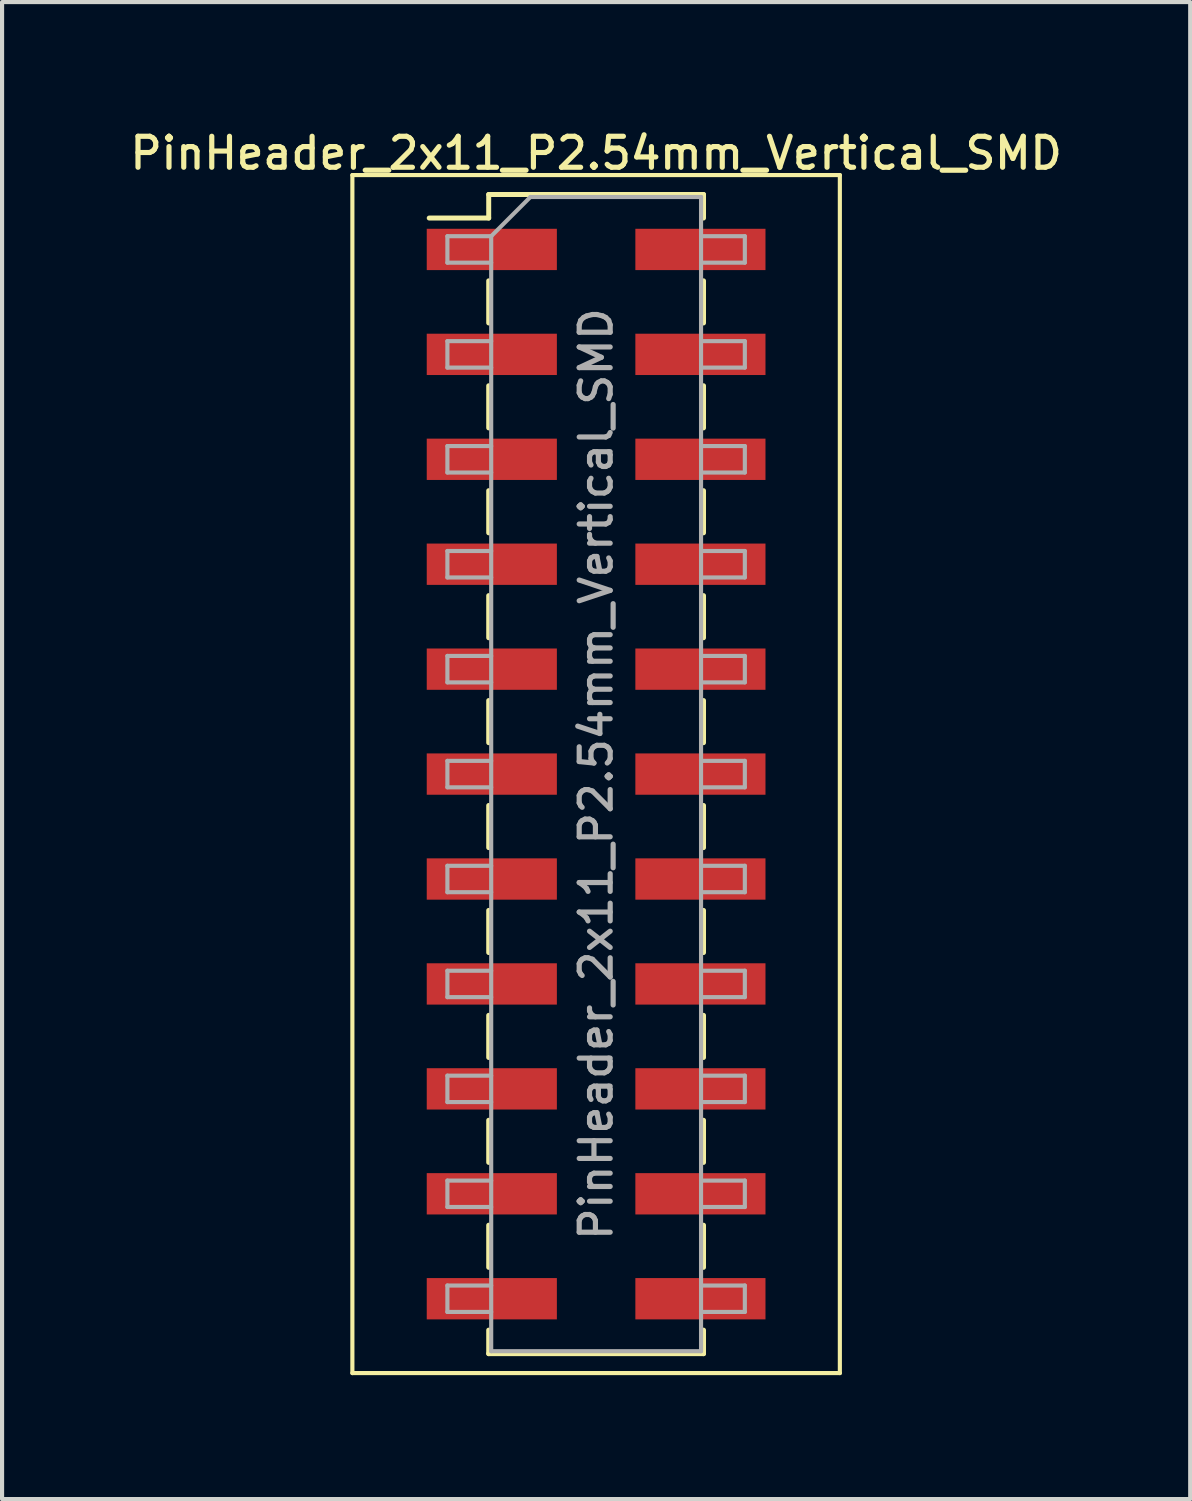
<source format=kicad_pcb>
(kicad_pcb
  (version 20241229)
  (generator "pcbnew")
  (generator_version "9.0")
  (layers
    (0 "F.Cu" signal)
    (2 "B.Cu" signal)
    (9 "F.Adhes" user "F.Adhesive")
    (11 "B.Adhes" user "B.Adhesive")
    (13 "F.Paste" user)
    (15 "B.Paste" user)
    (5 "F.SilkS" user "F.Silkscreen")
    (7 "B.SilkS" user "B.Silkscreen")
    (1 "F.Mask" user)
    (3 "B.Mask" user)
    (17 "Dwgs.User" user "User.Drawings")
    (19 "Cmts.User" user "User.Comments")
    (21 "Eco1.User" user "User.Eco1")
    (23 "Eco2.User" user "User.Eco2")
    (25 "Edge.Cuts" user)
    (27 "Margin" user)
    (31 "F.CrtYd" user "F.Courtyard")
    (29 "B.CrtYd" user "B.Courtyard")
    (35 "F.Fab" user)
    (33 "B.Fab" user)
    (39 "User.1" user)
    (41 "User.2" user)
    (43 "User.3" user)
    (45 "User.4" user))
  (footprint "PinHeader_2x11_P2.54mm_Vertical_SMD"
    (layer "F.Cu")
    (at 11.38 15.688)
    (property "Reference" "PinHeader_2x11_P2.54mm_Vertical_SMD" (at 0 -15.03 0) (layer "F.SilkS") (effects (font (size 0.75 0.75) (thickness 0.125))))
    (attr smd)
    (fp_line (start -5.9 -14.5) (end -5.9 14.5) (stroke (width 0.1) (type solid)) (layer "F.SilkS"))
    (fp_line (start -5.9 14.5) (end 5.9 14.5) (stroke (width 0.1) (type solid)) (layer "F.SilkS"))
    (fp_line (start -4.04 -13.46) (end -2.6 -13.46) (stroke (width 0.12) (type solid)) (layer "F.SilkS"))
    (fp_line (start -2.6 -14.03) (end -2.6 -13.46) (stroke (width 0.12) (type solid)) (layer "F.SilkS"))
    (fp_line (start -2.6 -14.03) (end 2.6 -14.03) (stroke (width 0.12) (type solid)) (layer "F.SilkS"))
    (fp_line (start -2.6 -11.94) (end -2.6 -10.92) (stroke (width 0.12) (type solid)) (layer "F.SilkS"))
    (fp_line (start -2.6 -9.4) (end -2.6 -8.38) (stroke (width 0.12) (type solid)) (layer "F.SilkS"))
    (fp_line (start -2.6 -6.86) (end -2.6 -5.84) (stroke (width 0.12) (type solid)) (layer "F.SilkS"))
    (fp_line (start -2.6 -4.32) (end -2.6 -3.3) (stroke (width 0.12) (type solid)) (layer "F.SilkS"))
    (fp_line (start -2.6 -1.78) (end -2.6 -0.76) (stroke (width 0.12) (type solid)) (layer "F.SilkS"))
    (fp_line (start -2.6 0.76) (end -2.6 1.78) (stroke (width 0.12) (type solid)) (layer "F.SilkS"))
    (fp_line (start -2.6 3.3) (end -2.6 4.32) (stroke (width 0.12) (type solid)) (layer "F.SilkS"))
    (fp_line (start -2.6 5.84) (end -2.6 6.86) (stroke (width 0.12) (type solid)) (layer "F.SilkS"))
    (fp_line (start -2.6 8.38) (end -2.6 9.4) (stroke (width 0.12) (type solid)) (layer "F.SilkS"))
    (fp_line (start -2.6 10.92) (end -2.6 11.94) (stroke (width 0.12) (type solid)) (layer "F.SilkS"))
    (fp_line (start -2.6 13.46) (end -2.6 14.03) (stroke (width 0.12) (type solid)) (layer "F.SilkS"))
    (fp_line (start -2.6 14.03) (end 2.6 14.03) (stroke (width 0.12) (type solid)) (layer "F.SilkS"))
    (fp_line (start 2.6 -14.03) (end 2.6 -13.46) (stroke (width 0.12) (type solid)) (layer "F.SilkS"))
    (fp_line (start 2.6 -11.94) (end 2.6 -10.92) (stroke (width 0.12) (type solid)) (layer "F.SilkS"))
    (fp_line (start 2.6 -9.4) (end 2.6 -8.38) (stroke (width 0.12) (type solid)) (layer "F.SilkS"))
    (fp_line (start 2.6 -6.86) (end 2.6 -5.84) (stroke (width 0.12) (type solid)) (layer "F.SilkS"))
    (fp_line (start 2.6 -4.32) (end 2.6 -3.3) (stroke (width 0.12) (type solid)) (layer "F.SilkS"))
    (fp_line (start 2.6 -1.78) (end 2.6 -0.76) (stroke (width 0.12) (type solid)) (layer "F.SilkS"))
    (fp_line (start 2.6 0.76) (end 2.6 1.78) (stroke (width 0.12) (type solid)) (layer "F.SilkS"))
    (fp_line (start 2.6 3.3) (end 2.6 4.32) (stroke (width 0.12) (type solid)) (layer "F.SilkS"))
    (fp_line (start 2.6 5.84) (end 2.6 6.86) (stroke (width 0.12) (type solid)) (layer "F.SilkS"))
    (fp_line (start 2.6 8.38) (end 2.6 9.4) (stroke (width 0.12) (type solid)) (layer "F.SilkS"))
    (fp_line (start 2.6 10.92) (end 2.6 11.94) (stroke (width 0.12) (type solid)) (layer "F.SilkS"))
    (fp_line (start 2.6 13.46) (end 2.6 14.03) (stroke (width 0.12) (type solid)) (layer "F.SilkS"))
    (fp_line (start 5.9 -14.5) (end -5.9 -14.5) (stroke (width 0.1) (type solid)) (layer "F.SilkS"))
    (fp_line (start 5.9 14.5) (end 5.9 -14.5) (stroke (width 0.1) (type solid)) (layer "F.SilkS"))
    (fp_line (start -3.6 -13.02) (end -3.6 -12.38) (stroke (width 0.1) (type solid)) (layer "F.Fab"))
    (fp_line (start -3.6 -12.38) (end -2.54 -12.38) (stroke (width 0.1) (type solid)) (layer "F.Fab"))
    (fp_line (start -3.6 -10.48) (end -3.6 -9.84) (stroke (width 0.1) (type solid)) (layer "F.Fab"))
    (fp_line (start -3.6 -9.84) (end -2.54 -9.84) (stroke (width 0.1) (type solid)) (layer "F.Fab"))
    (fp_line (start -3.6 -7.94) (end -3.6 -7.3) (stroke (width 0.1) (type solid)) (layer "F.Fab"))
    (fp_line (start -3.6 -7.3) (end -2.54 -7.3) (stroke (width 0.1) (type solid)) (layer "F.Fab"))
    (fp_line (start -3.6 -5.4) (end -3.6 -4.76) (stroke (width 0.1) (type solid)) (layer "F.Fab"))
    (fp_line (start -3.6 -4.76) (end -2.54 -4.76) (stroke (width 0.1) (type solid)) (layer "F.Fab"))
    (fp_line (start -3.6 -2.86) (end -3.6 -2.22) (stroke (width 0.1) (type solid)) (layer "F.Fab"))
    (fp_line (start -3.6 -2.22) (end -2.54 -2.22) (stroke (width 0.1) (type solid)) (layer "F.Fab"))
    (fp_line (start -3.6 -0.32) (end -3.6 0.32) (stroke (width 0.1) (type solid)) (layer "F.Fab"))
    (fp_line (start -3.6 0.32) (end -2.54 0.32) (stroke (width 0.1) (type solid)) (layer "F.Fab"))
    (fp_line (start -3.6 2.22) (end -3.6 2.86) (stroke (width 0.1) (type solid)) (layer "F.Fab"))
    (fp_line (start -3.6 2.86) (end -2.54 2.86) (stroke (width 0.1) (type solid)) (layer "F.Fab"))
    (fp_line (start -3.6 4.76) (end -3.6 5.4) (stroke (width 0.1) (type solid)) (layer "F.Fab"))
    (fp_line (start -3.6 5.4) (end -2.54 5.4) (stroke (width 0.1) (type solid)) (layer "F.Fab"))
    (fp_line (start -3.6 7.3) (end -3.6 7.94) (stroke (width 0.1) (type solid)) (layer "F.Fab"))
    (fp_line (start -3.6 7.94) (end -2.54 7.94) (stroke (width 0.1) (type solid)) (layer "F.Fab"))
    (fp_line (start -3.6 9.84) (end -3.6 10.48) (stroke (width 0.1) (type solid)) (layer "F.Fab"))
    (fp_line (start -3.6 10.48) (end -2.54 10.48) (stroke (width 0.1) (type solid)) (layer "F.Fab"))
    (fp_line (start -3.6 12.38) (end -3.6 13.02) (stroke (width 0.1) (type solid)) (layer "F.Fab"))
    (fp_line (start -3.6 13.02) (end -2.54 13.02) (stroke (width 0.1) (type solid)) (layer "F.Fab"))
    (fp_line (start -2.54 -13.02) (end -3.6 -13.02) (stroke (width 0.1) (type solid)) (layer "F.Fab"))
    (fp_line (start -2.54 -13.02) (end -1.59 -13.97) (stroke (width 0.1) (type solid)) (layer "F.Fab"))
    (fp_line (start -2.54 -10.48) (end -3.6 -10.48) (stroke (width 0.1) (type solid)) (layer "F.Fab"))
    (fp_line (start -2.54 -7.94) (end -3.6 -7.94) (stroke (width 0.1) (type solid)) (layer "F.Fab"))
    (fp_line (start -2.54 -5.4) (end -3.6 -5.4) (stroke (width 0.1) (type solid)) (layer "F.Fab"))
    (fp_line (start -2.54 -2.86) (end -3.6 -2.86) (stroke (width 0.1) (type solid)) (layer "F.Fab"))
    (fp_line (start -2.54 -0.32) (end -3.6 -0.32) (stroke (width 0.1) (type solid)) (layer "F.Fab"))
    (fp_line (start -2.54 2.22) (end -3.6 2.22) (stroke (width 0.1) (type solid)) (layer "F.Fab"))
    (fp_line (start -2.54 4.76) (end -3.6 4.76) (stroke (width 0.1) (type solid)) (layer "F.Fab"))
    (fp_line (start -2.54 7.3) (end -3.6 7.3) (stroke (width 0.1) (type solid)) (layer "F.Fab"))
    (fp_line (start -2.54 9.84) (end -3.6 9.84) (stroke (width 0.1) (type solid)) (layer "F.Fab"))
    (fp_line (start -2.54 12.38) (end -3.6 12.38) (stroke (width 0.1) (type solid)) (layer "F.Fab"))
    (fp_line (start -2.54 13.97) (end -2.54 -13.02) (stroke (width 0.1) (type solid)) (layer "F.Fab"))
    (fp_line (start -1.59 -13.97) (end 2.54 -13.97) (stroke (width 0.1) (type solid)) (layer "F.Fab"))
    (fp_line (start 2.54 -13.97) (end 2.54 13.97) (stroke (width 0.1) (type solid)) (layer "F.Fab"))
    (fp_line (start 2.54 -13.02) (end 3.6 -13.02) (stroke (width 0.1) (type solid)) (layer "F.Fab"))
    (fp_line (start 2.54 -10.48) (end 3.6 -10.48) (stroke (width 0.1) (type solid)) (layer "F.Fab"))
    (fp_line (start 2.54 -7.94) (end 3.6 -7.94) (stroke (width 0.1) (type solid)) (layer "F.Fab"))
    (fp_line (start 2.54 -5.4) (end 3.6 -5.4) (stroke (width 0.1) (type solid)) (layer "F.Fab"))
    (fp_line (start 2.54 -2.86) (end 3.6 -2.86) (stroke (width 0.1) (type solid)) (layer "F.Fab"))
    (fp_line (start 2.54 -0.32) (end 3.6 -0.32) (stroke (width 0.1) (type solid)) (layer "F.Fab"))
    (fp_line (start 2.54 2.22) (end 3.6 2.22) (stroke (width 0.1) (type solid)) (layer "F.Fab"))
    (fp_line (start 2.54 4.76) (end 3.6 4.76) (stroke (width 0.1) (type solid)) (layer "F.Fab"))
    (fp_line (start 2.54 7.3) (end 3.6 7.3) (stroke (width 0.1) (type solid)) (layer "F.Fab"))
    (fp_line (start 2.54 9.84) (end 3.6 9.84) (stroke (width 0.1) (type solid)) (layer "F.Fab"))
    (fp_line (start 2.54 12.38) (end 3.6 12.38) (stroke (width 0.1) (type solid)) (layer "F.Fab"))
    (fp_line (start 2.54 13.97) (end -2.54 13.97) (stroke (width 0.1) (type solid)) (layer "F.Fab"))
    (fp_line (start 3.6 -13.02) (end 3.6 -12.38) (stroke (width 0.1) (type solid)) (layer "F.Fab"))
    (fp_line (start 3.6 -12.38) (end 2.54 -12.38) (stroke (width 0.1) (type solid)) (layer "F.Fab"))
    (fp_line (start 3.6 -10.48) (end 3.6 -9.84) (stroke (width 0.1) (type solid)) (layer "F.Fab"))
    (fp_line (start 3.6 -9.84) (end 2.54 -9.84) (stroke (width 0.1) (type solid)) (layer "F.Fab"))
    (fp_line (start 3.6 -7.94) (end 3.6 -7.3) (stroke (width 0.1) (type solid)) (layer "F.Fab"))
    (fp_line (start 3.6 -7.3) (end 2.54 -7.3) (stroke (width 0.1) (type solid)) (layer "F.Fab"))
    (fp_line (start 3.6 -5.4) (end 3.6 -4.76) (stroke (width 0.1) (type solid)) (layer "F.Fab"))
    (fp_line (start 3.6 -4.76) (end 2.54 -4.76) (stroke (width 0.1) (type solid)) (layer "F.Fab"))
    (fp_line (start 3.6 -2.86) (end 3.6 -2.22) (stroke (width 0.1) (type solid)) (layer "F.Fab"))
    (fp_line (start 3.6 -2.22) (end 2.54 -2.22) (stroke (width 0.1) (type solid)) (layer "F.Fab"))
    (fp_line (start 3.6 -0.32) (end 3.6 0.32) (stroke (width 0.1) (type solid)) (layer "F.Fab"))
    (fp_line (start 3.6 0.32) (end 2.54 0.32) (stroke (width 0.1) (type solid)) (layer "F.Fab"))
    (fp_line (start 3.6 2.22) (end 3.6 2.86) (stroke (width 0.1) (type solid)) (layer "F.Fab"))
    (fp_line (start 3.6 2.86) (end 2.54 2.86) (stroke (width 0.1) (type solid)) (layer "F.Fab"))
    (fp_line (start 3.6 4.76) (end 3.6 5.4) (stroke (width 0.1) (type solid)) (layer "F.Fab"))
    (fp_line (start 3.6 5.4) (end 2.54 5.4) (stroke (width 0.1) (type solid)) (layer "F.Fab"))
    (fp_line (start 3.6 7.3) (end 3.6 7.94) (stroke (width 0.1) (type solid)) (layer "F.Fab"))
    (fp_line (start 3.6 7.94) (end 2.54 7.94) (stroke (width 0.1) (type solid)) (layer "F.Fab"))
    (fp_line (start 3.6 9.84) (end 3.6 10.48) (stroke (width 0.1) (type solid)) (layer "F.Fab"))
    (fp_line (start 3.6 10.48) (end 2.54 10.48) (stroke (width 0.1) (type solid)) (layer "F.Fab"))
    (fp_line (start 3.6 12.38) (end 3.6 13.02) (stroke (width 0.1) (type solid)) (layer "F.Fab"))
    (fp_line (start 3.6 13.02) (end 2.54 13.02) (stroke (width 0.1) (type solid)) (layer "F.Fab"))
    (fp_text user "${REFERENCE}" (at 0 0 90) (layer "F.Fab") (effects (font (size 0.75 0.75) (thickness 0.125))))
    (pad "1" smd rect (at -2.525 -12.7) (size 3.15 1) (layers "F.Cu" "F.Mask" "F.Paste"))
    (pad "2" smd rect (at 2.525 -12.7) (size 3.15 1) (layers "F.Cu" "F.Mask" "F.Paste"))
    (pad "3" smd rect (at -2.525 -10.16) (size 3.15 1) (layers "F.Cu" "F.Mask" "F.Paste"))
    (pad "4" smd rect (at 2.525 -10.16) (size 3.15 1) (layers "F.Cu" "F.Mask" "F.Paste"))
    (pad "5" smd rect (at -2.525 -7.62) (size 3.15 1) (layers "F.Cu" "F.Mask" "F.Paste"))
    (pad "6" smd rect (at 2.525 -7.62) (size 3.15 1) (layers "F.Cu" "F.Mask" "F.Paste"))
    (pad "7" smd rect (at -2.525 -5.08) (size 3.15 1) (layers "F.Cu" "F.Mask" "F.Paste"))
    (pad "8" smd rect (at 2.525 -5.08) (size 3.15 1) (layers "F.Cu" "F.Mask" "F.Paste"))
    (pad "9" smd rect (at -2.525 -2.54) (size 3.15 1) (layers "F.Cu" "F.Mask" "F.Paste"))
    (pad "10" smd rect (at 2.525 -2.54) (size 3.15 1) (layers "F.Cu" "F.Mask" "F.Paste"))
    (pad "11" smd rect (at -2.525 0) (size 3.15 1) (layers "F.Cu" "F.Mask" "F.Paste"))
    (pad "12" smd rect (at 2.525 0) (size 3.15 1) (layers "F.Cu" "F.Mask" "F.Paste"))
    (pad "13" smd rect (at -2.525 2.54) (size 3.15 1) (layers "F.Cu" "F.Mask" "F.Paste"))
    (pad "14" smd rect (at 2.525 2.54) (size 3.15 1) (layers "F.Cu" "F.Mask" "F.Paste"))
    (pad "15" smd rect (at -2.525 5.08) (size 3.15 1) (layers "F.Cu" "F.Mask" "F.Paste"))
    (pad "16" smd rect (at 2.525 5.08) (size 3.15 1) (layers "F.Cu" "F.Mask" "F.Paste"))
    (pad "17" smd rect (at -2.525 7.62) (size 3.15 1) (layers "F.Cu" "F.Mask" "F.Paste"))
    (pad "18" smd rect (at 2.525 7.62) (size 3.15 1) (layers "F.Cu" "F.Mask" "F.Paste"))
    (pad "19" smd rect (at -2.525 10.16) (size 3.15 1) (layers "F.Cu" "F.Mask" "F.Paste"))
    (pad "20" smd rect (at 2.525 10.16) (size 3.15 1) (layers "F.Cu" "F.Mask" "F.Paste"))
    (pad "21" smd rect (at -2.525 12.7) (size 3.15 1) (layers "F.Cu" "F.Mask" "F.Paste"))
    (pad "22" smd rect (at 2.525 12.7) (size 3.15 1) (layers "F.Cu" "F.Mask" "F.Paste")))
  (gr_rect
    (start -3 -3)
    (end 25.761 33.238)
    (stroke (width 0.1) (type default))
    (fill no)
    (layer "Edge.Cuts")))
</source>
